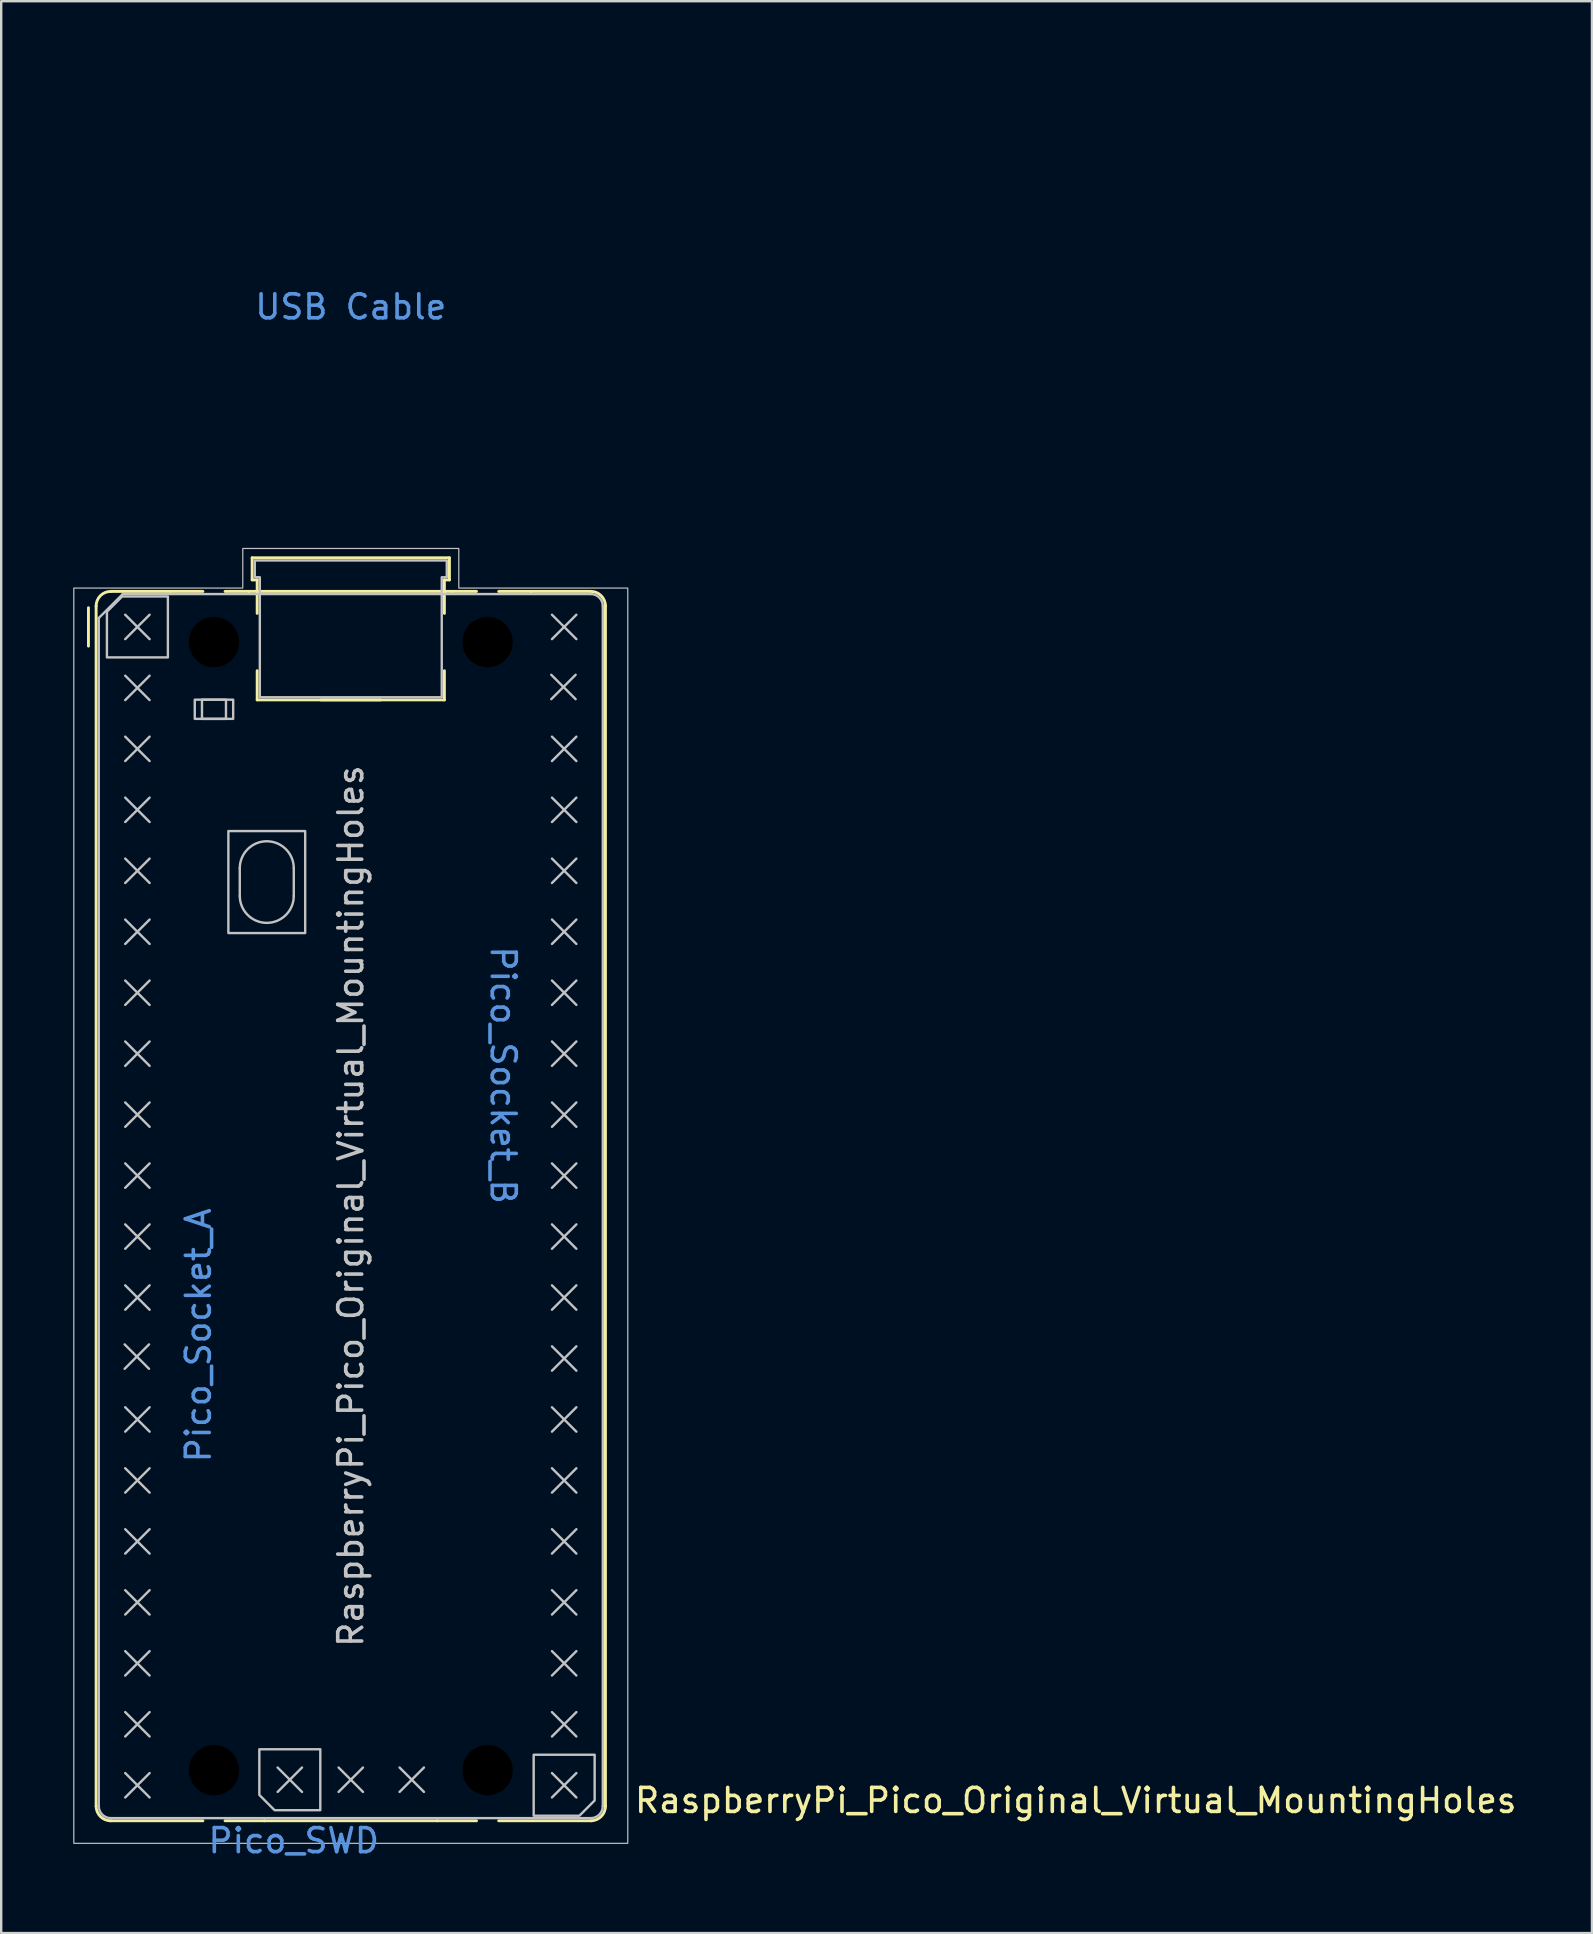
<source format=kicad_pcb>
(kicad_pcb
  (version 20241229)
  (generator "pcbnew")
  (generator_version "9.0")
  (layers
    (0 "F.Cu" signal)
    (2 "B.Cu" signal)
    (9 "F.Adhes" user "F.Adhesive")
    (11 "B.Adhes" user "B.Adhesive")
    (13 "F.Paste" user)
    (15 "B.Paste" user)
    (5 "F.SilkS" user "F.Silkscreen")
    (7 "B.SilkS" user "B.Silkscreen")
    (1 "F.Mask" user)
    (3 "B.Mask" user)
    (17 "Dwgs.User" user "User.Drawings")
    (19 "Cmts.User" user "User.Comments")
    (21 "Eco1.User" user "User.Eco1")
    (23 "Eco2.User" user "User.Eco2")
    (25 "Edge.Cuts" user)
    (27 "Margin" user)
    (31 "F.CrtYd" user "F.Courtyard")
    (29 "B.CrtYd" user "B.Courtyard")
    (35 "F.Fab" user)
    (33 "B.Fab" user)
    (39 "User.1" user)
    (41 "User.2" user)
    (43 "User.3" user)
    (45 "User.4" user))
  (footprint "RaspberryPi_Pico_Original_Virtual_MountingHoles"
    (layer "F.Cu")
    (at 11.565 47.2)
    (property "Reference" "RaspberryPi_Pico_Original_Virtual_MountingHoles" (at 11.748 24.765 0) (unlocked yes) (layer "F.SilkS") (effects (font (size 1 1) (thickness 0.15)) (justify left)))
    (attr exclude_from_pos_files allow_missing_courtyard)
    (fp_line (start -10.93 -23.33) (end -10.93 -24.93) (stroke (width 0.12) (type solid)) (layer "F.SilkS"))
    (fp_line (start -10.61 -25) (end -10.61 25) (stroke (width 0.12) (type solid)) (layer "F.SilkS"))
    (fp_line (start -10 -25.61) (end -7.51 -25.61) (stroke (width 0.12) (type solid)) (layer "F.SilkS"))
    (fp_line (start -10 25.61) (end -6.162 25.61) (stroke (width 0.12) (type solid)) (layer "F.SilkS"))
    (fp_line (start -7.51 -25.61) (end -6.162 -25.61) (stroke (width 0.12) (type solid)) (layer "F.SilkS"))
    (fp_line (start -5.238 -25.61) (end -4.235 -25.61) (stroke (width 0.12) (type solid)) (layer "F.SilkS"))
    (fp_line (start -4.235 -25.61) (end 4.235 -25.61) (stroke (width 0.12) (type solid)) (layer "F.SilkS"))
    (fp_line (start -4.11 -27.01) (end -4.11 -26.09) (stroke (width 0.12) (type solid)) (layer "F.SilkS"))
    (fp_line (start -4.11 -27.01) (end 4.11 -27.01) (stroke (width 0.12) (type solid)) (layer "F.SilkS"))
    (fp_line (start -4.11 -26.09) (end -3.9 -26.09) (stroke (width 0.12) (type solid)) (layer "F.SilkS"))
    (fp_line (start -3.9 -26.09) (end -3.9 -24.694) (stroke (width 0.12) (type solid)) (layer "F.SilkS"))
    (fp_line (start -3.9 -22.306) (end -3.9 -21.09) (stroke (width 0.12) (type solid)) (layer "F.SilkS"))
    (fp_line (start -3.6 25.61) (end -5.238 25.61) (stroke (width 0.12) (type solid)) (layer "F.SilkS"))
    (fp_line (start -1.246 -21.09) (end 1.246 -21.09) (stroke (width 0.12) (type solid)) (layer "F.SilkS"))
    (fp_line (start 3.6 25.61) (end -3.6 25.61) (stroke (width 0.12) (type solid)) (layer "F.SilkS"))
    (fp_line (start 3.9 -26.09) (end 3.9 -24.694) (stroke (width 0.12) (type solid)) (layer "F.SilkS"))
    (fp_line (start 3.9 -22.306) (end 3.9 -21.09) (stroke (width 0.12) (type solid)) (layer "F.SilkS"))
    (fp_line (start 3.9 -21.09) (end -3.9 -21.09) (stroke (width 0.12) (type solid)) (layer "F.SilkS"))
    (fp_line (start 4.11 -27.01) (end 4.11 -26.09) (stroke (width 0.12) (type solid)) (layer "F.SilkS"))
    (fp_line (start 4.11 -26.09) (end 3.9 -26.09) (stroke (width 0.12) (type solid)) (layer "F.SilkS"))
    (fp_line (start 4.235 -25.61) (end 5.238 -25.61) (stroke (width 0.12) (type solid)) (layer "F.SilkS"))
    (fp_line (start 5.238 25.61) (end 3.6 25.61) (stroke (width 0.12) (type solid)) (layer "F.SilkS"))
    (fp_line (start 6.162 -25.61) (end 7.51 -25.61) (stroke (width 0.12) (type solid)) (layer "F.SilkS"))
    (fp_line (start 6.162 25.61) (end 10 25.61) (stroke (width 0.12) (type solid)) (layer "F.SilkS"))
    (fp_line (start 7.51 -25.61) (end 10 -25.61) (stroke (width 0.12) (type solid)) (layer "F.SilkS"))
    (fp_line (start 10.61 -25) (end 10.61 25) (stroke (width 0.12) (type solid)) (layer "F.SilkS"))
    (fp_arc (start -10.61 -25) (mid -10.431335 -25.431335) (end -10 -25.61) (stroke (width 0.12) (type solid)) (layer "F.SilkS"))
    (fp_arc (start -10 25.61) (mid -10.431364 25.431364) (end -10.61 25) (stroke (width 0.12) (type solid)) (layer "F.SilkS"))
    (fp_arc (start 10 -25.61) (mid 10.431335 -25.431335) (end 10.61 -25) (stroke (width 0.12) (type solid)) (layer "F.SilkS"))
    (fp_arc (start 10.61 25) (mid 10.431335 25.431335) (end 10 25.61) (stroke (width 0.12) (type solid)) (layer "F.SilkS"))
    (fp_line (start -10.5 -24.5) (end -9.5 -25.5) (stroke (width 0.1) (type solid)) (layer "Dwgs.User"))
    (fp_line (start -10.5 25) (end -10.5 -24.5) (stroke (width 0.1) (type solid)) (layer "Dwgs.User"))
    (fp_line (start -9.5 -25.5) (end 10 -25.5) (stroke (width 0.1) (type solid)) (layer "Dwgs.User"))
    (fp_line (start -9.422 5.763) (end -8.406 6.779) (stroke (width 0.1) (type solid)) (layer "Dwgs.User"))
    (fp_line (start -9.398 -24.638) (end -8.382 -23.622) (stroke (width 0.1) (type solid)) (layer "Dwgs.User"))
    (fp_line (start -9.398 -22.098) (end -8.382 -21.082) (stroke (width 0.1) (type solid)) (layer "Dwgs.User"))
    (fp_line (start -9.398 -19.558) (end -8.382 -18.542) (stroke (width 0.1) (type solid)) (layer "Dwgs.User"))
    (fp_line (start -9.398 -17.018) (end -8.382 -16.002) (stroke (width 0.1) (type solid)) (layer "Dwgs.User"))
    (fp_line (start -9.398 -14.478) (end -8.382 -13.462) (stroke (width 0.1) (type solid)) (layer "Dwgs.User"))
    (fp_line (start -9.398 -11.938) (end -8.382 -10.922) (stroke (width 0.1) (type solid)) (layer "Dwgs.User"))
    (fp_line (start -9.398 -9.398) (end -8.382 -8.382) (stroke (width 0.1) (type solid)) (layer "Dwgs.User"))
    (fp_line (start -9.398 -6.858) (end -8.382 -5.842) (stroke (width 0.1) (type solid)) (layer "Dwgs.User"))
    (fp_line (start -9.398 -4.318) (end -8.382 -3.302) (stroke (width 0.1) (type solid)) (layer "Dwgs.User"))
    (fp_line (start -9.398 -1.778) (end -8.382 -0.762) (stroke (width 0.1) (type solid)) (layer "Dwgs.User"))
    (fp_line (start -9.398 0.762) (end -8.382 1.778) (stroke (width 0.1) (type solid)) (layer "Dwgs.User"))
    (fp_line (start -9.398 3.302) (end -8.382 4.318) (stroke (width 0.1) (type solid)) (layer "Dwgs.User"))
    (fp_line (start -9.398 8.382) (end -8.382 9.398) (stroke (width 0.1) (type solid)) (layer "Dwgs.User"))
    (fp_line (start -9.398 10.922) (end -8.382 11.938) (stroke (width 0.1) (type solid)) (layer "Dwgs.User"))
    (fp_line (start -9.398 13.462) (end -8.382 14.478) (stroke (width 0.1) (type solid)) (layer "Dwgs.User"))
    (fp_line (start -9.398 16.002) (end -8.382 17.018) (stroke (width 0.1) (type solid)) (layer "Dwgs.User"))
    (fp_line (start -9.398 18.542) (end -8.382 19.558) (stroke (width 0.1) (type solid)) (layer "Dwgs.User"))
    (fp_line (start -9.398 21.082) (end -8.382 22.098) (stroke (width 0.1) (type solid)) (layer "Dwgs.User"))
    (fp_line (start -9.398 23.622) (end -8.382 24.638) (stroke (width 0.1) (type solid)) (layer "Dwgs.User"))
    (fp_line (start -8.406 5.763) (end -9.422 6.779) (stroke (width 0.1) (type solid)) (layer "Dwgs.User"))
    (fp_line (start -8.382 -24.638) (end -9.398 -23.622) (stroke (width 0.1) (type solid)) (layer "Dwgs.User"))
    (fp_line (start -8.382 -22.098) (end -9.398 -21.082) (stroke (width 0.1) (type solid)) (layer "Dwgs.User"))
    (fp_line (start -8.382 -19.558) (end -9.398 -18.542) (stroke (width 0.1) (type solid)) (layer "Dwgs.User"))
    (fp_line (start -8.382 -17.018) (end -9.398 -16.002) (stroke (width 0.1) (type solid)) (layer "Dwgs.User"))
    (fp_line (start -8.382 -14.478) (end -9.398 -13.462) (stroke (width 0.1) (type solid)) (layer "Dwgs.User"))
    (fp_line (start -8.382 -11.938) (end -9.398 -10.922) (stroke (width 0.1) (type solid)) (layer "Dwgs.User"))
    (fp_line (start -8.382 -9.398) (end -9.398 -8.382) (stroke (width 0.1) (type solid)) (layer "Dwgs.User"))
    (fp_line (start -8.382 -6.858) (end -9.398 -5.842) (stroke (width 0.1) (type solid)) (layer "Dwgs.User"))
    (fp_line (start -8.382 -4.318) (end -9.398 -3.302) (stroke (width 0.1) (type solid)) (layer "Dwgs.User"))
    (fp_line (start -8.382 -1.778) (end -9.398 -0.762) (stroke (width 0.1) (type solid)) (layer "Dwgs.User"))
    (fp_line (start -8.382 0.762) (end -9.398 1.778) (stroke (width 0.1) (type solid)) (layer "Dwgs.User"))
    (fp_line (start -8.382 3.302) (end -9.398 4.318) (stroke (width 0.1) (type solid)) (layer "Dwgs.User"))
    (fp_line (start -8.382 8.382) (end -9.398 9.398) (stroke (width 0.1) (type solid)) (layer "Dwgs.User"))
    (fp_line (start -8.382 10.922) (end -9.398 11.938) (stroke (width 0.1) (type solid)) (layer "Dwgs.User"))
    (fp_line (start -8.382 13.462) (end -9.398 14.478) (stroke (width 0.1) (type solid)) (layer "Dwgs.User"))
    (fp_line (start -8.382 16.002) (end -9.398 17.018) (stroke (width 0.1) (type solid)) (layer "Dwgs.User"))
    (fp_line (start -8.382 18.542) (end -9.398 19.558) (stroke (width 0.1) (type solid)) (layer "Dwgs.User"))
    (fp_line (start -8.382 21.082) (end -9.398 22.098) (stroke (width 0.1) (type solid)) (layer "Dwgs.User"))
    (fp_line (start -8.382 23.622) (end -9.398 24.638) (stroke (width 0.1) (type solid)) (layer "Dwgs.User"))
    (fp_line (start -4.625 -14.075) (end -4.625 -12.925) (stroke (width 0.1) (type solid)) (layer "Dwgs.User"))
    (fp_line (start -3.048 23.392) (end -2.032 24.408) (stroke (width 0.1) (type solid)) (layer "Dwgs.User"))
    (fp_line (start -2.375 -14.075) (end -2.375 -12.925) (stroke (width 0.1) (type solid)) (layer "Dwgs.User"))
    (fp_line (start -2.032 23.392) (end -3.048 24.408) (stroke (width 0.1) (type solid)) (layer "Dwgs.User"))
    (fp_line (start -0.508 23.392) (end 0.508 24.408) (stroke (width 0.1) (type solid)) (layer "Dwgs.User"))
    (fp_line (start 0.508 23.392) (end -0.508 24.408) (stroke (width 0.1) (type solid)) (layer "Dwgs.User"))
    (fp_line (start 2.032 23.392) (end 3.048 24.408) (stroke (width 0.1) (type solid)) (layer "Dwgs.User"))
    (fp_line (start 3.048 23.392) (end 2.032 24.408) (stroke (width 0.1) (type solid)) (layer "Dwgs.User"))
    (fp_line (start 8.352 -22.136) (end 9.368 -21.12) (stroke (width 0.1) (type solid)) (layer "Dwgs.User"))
    (fp_line (start 8.382 -24.638) (end 9.398 -23.622) (stroke (width 0.1) (type solid)) (layer "Dwgs.User"))
    (fp_line (start 8.382 -19.558) (end 9.398 -18.542) (stroke (width 0.1) (type solid)) (layer "Dwgs.User"))
    (fp_line (start 8.382 -17.018) (end 9.398 -16.002) (stroke (width 0.1) (type solid)) (layer "Dwgs.User"))
    (fp_line (start 8.382 -14.478) (end 9.398 -13.462) (stroke (width 0.1) (type solid)) (layer "Dwgs.User"))
    (fp_line (start 8.382 -11.938) (end 9.398 -10.922) (stroke (width 0.1) (type solid)) (layer "Dwgs.User"))
    (fp_line (start 8.382 -9.398) (end 9.398 -8.382) (stroke (width 0.1) (type solid)) (layer "Dwgs.User"))
    (fp_line (start 8.382 -6.858) (end 9.398 -5.842) (stroke (width 0.1) (type solid)) (layer "Dwgs.User"))
    (fp_line (start 8.382 -4.318) (end 9.398 -3.302) (stroke (width 0.1) (type solid)) (layer "Dwgs.User"))
    (fp_line (start 8.382 -1.778) (end 9.398 -0.762) (stroke (width 0.1) (type solid)) (layer "Dwgs.User"))
    (fp_line (start 8.382 0.762) (end 9.398 1.778) (stroke (width 0.1) (type solid)) (layer "Dwgs.User"))
    (fp_line (start 8.382 3.302) (end 9.398 4.318) (stroke (width 0.1) (type solid)) (layer "Dwgs.User"))
    (fp_line (start 8.382 5.842) (end 9.398 6.858) (stroke (width 0.1) (type solid)) (layer "Dwgs.User"))
    (fp_line (start 8.382 8.382) (end 9.398 9.398) (stroke (width 0.1) (type solid)) (layer "Dwgs.User"))
    (fp_line (start 8.382 10.922) (end 9.398 11.938) (stroke (width 0.1) (type solid)) (layer "Dwgs.User"))
    (fp_line (start 8.382 13.462) (end 9.398 14.478) (stroke (width 0.1) (type solid)) (layer "Dwgs.User"))
    (fp_line (start 8.382 16.002) (end 9.398 17.018) (stroke (width 0.1) (type solid)) (layer "Dwgs.User"))
    (fp_line (start 8.382 18.542) (end 9.398 19.558) (stroke (width 0.1) (type solid)) (layer "Dwgs.User"))
    (fp_line (start 8.382 21.082) (end 9.398 22.098) (stroke (width 0.1) (type solid)) (layer "Dwgs.User"))
    (fp_line (start 8.382 23.622) (end 9.398 24.638) (stroke (width 0.1) (type solid)) (layer "Dwgs.User"))
    (fp_line (start 9.368 -22.136) (end 8.352 -21.12) (stroke (width 0.1) (type solid)) (layer "Dwgs.User"))
    (fp_line (start 9.398 -24.638) (end 8.382 -23.622) (stroke (width 0.1) (type solid)) (layer "Dwgs.User"))
    (fp_line (start 9.398 -19.558) (end 8.382 -18.542) (stroke (width 0.1) (type solid)) (layer "Dwgs.User"))
    (fp_line (start 9.398 -17.018) (end 8.382 -16.002) (stroke (width 0.1) (type solid)) (layer "Dwgs.User"))
    (fp_line (start 9.398 -14.478) (end 8.382 -13.462) (stroke (width 0.1) (type solid)) (layer "Dwgs.User"))
    (fp_line (start 9.398 -11.938) (end 8.382 -10.922) (stroke (width 0.1) (type solid)) (layer "Dwgs.User"))
    (fp_line (start 9.398 -9.398) (end 8.382 -8.382) (stroke (width 0.1) (type solid)) (layer "Dwgs.User"))
    (fp_line (start 9.398 -6.858) (end 8.382 -5.842) (stroke (width 0.1) (type solid)) (layer "Dwgs.User"))
    (fp_line (start 9.398 -4.318) (end 8.382 -3.302) (stroke (width 0.1) (type solid)) (layer "Dwgs.User"))
    (fp_line (start 9.398 -1.778) (end 8.382 -0.762) (stroke (width 0.1) (type solid)) (layer "Dwgs.User"))
    (fp_line (start 9.398 0.762) (end 8.382 1.778) (stroke (width 0.1) (type solid)) (layer "Dwgs.User"))
    (fp_line (start 9.398 3.302) (end 8.382 4.318) (stroke (width 0.1) (type solid)) (layer "Dwgs.User"))
    (fp_line (start 9.398 5.842) (end 8.382 6.858) (stroke (width 0.1) (type solid)) (layer "Dwgs.User"))
    (fp_line (start 9.398 8.382) (end 8.382 9.398) (stroke (width 0.1) (type solid)) (layer "Dwgs.User"))
    (fp_line (start 9.398 10.922) (end 8.382 11.938) (stroke (width 0.1) (type solid)) (layer "Dwgs.User"))
    (fp_line (start 9.398 13.462) (end 8.382 14.478) (stroke (width 0.1) (type solid)) (layer "Dwgs.User"))
    (fp_line (start 9.398 16.002) (end 8.382 17.018) (stroke (width 0.1) (type solid)) (layer "Dwgs.User"))
    (fp_line (start 9.398 18.542) (end 8.382 19.558) (stroke (width 0.1) (type solid)) (layer "Dwgs.User"))
    (fp_line (start 9.398 21.082) (end 8.382 22.098) (stroke (width 0.1) (type solid)) (layer "Dwgs.User"))
    (fp_line (start 9.398 23.622) (end 8.382 24.638) (stroke (width 0.1) (type solid)) (layer "Dwgs.User"))
    (fp_line (start 10 25.5) (end -10 25.5) (stroke (width 0.1) (type solid)) (layer "Dwgs.User"))
    (fp_line (start 10.5 -25) (end 10.5 25) (stroke (width 0.1) (type solid)) (layer "Dwgs.User"))
    (fp_rect (start -6.5 -21.1) (end -4.9 -20.3) (stroke (width 0.1) (type solid)) (fill no) (layer "Dwgs.User"))
    (fp_rect (start -6.2 -21.1) (end -5.2 -20.3) (stroke (width 0.1) (type solid)) (fill no) (layer "Dwgs.User"))
    (fp_rect (start -5.1 -15.625) (end -1.9 -11.375) (stroke (width 0.1) (type solid)) (fill no) (layer "Dwgs.User"))
    (fp_arc (start -10 25.5) (mid -10.353553 25.353553) (end -10.5 25) (stroke (width 0.1) (type solid)) (layer "Dwgs.User"))
    (fp_arc (start -4.625 -14.075) (mid -3.5 -15.2) (end -2.375 -14.075) (stroke (width 0.1) (type solid)) (layer "Dwgs.User"))
    (fp_arc (start -2.375 -12.925) (mid -3.5 -11.8) (end -4.625 -12.925) (stroke (width 0.1) (type solid)) (layer "Dwgs.User"))
    (fp_arc (start 10 -25.5) (mid 10.353553 -25.353553) (end 10.5 -25) (stroke (width 0.1) (type solid)) (layer "Dwgs.User"))
    (fp_arc (start 10.5 25) (mid 10.353553 25.353553) (end 10 25.5) (stroke (width 0.1) (type solid)) (layer "Dwgs.User"))
    (fp_poly (pts (xy -10.16 -24.765) (xy -10.16 -22.86) (xy -7.62 -22.86) (xy -7.62 -25.4) (xy -9.525 -25.4)) (stroke (width 0.1) (type solid)) (fill no) (layer "Dwgs.User"))
    (fp_poly (pts (xy -3.175 25.17) (xy -1.27 25.17) (xy -1.27 22.63) (xy -3.81 22.63) (xy -3.81 24.535)) (stroke (width 0.1) (type solid)) (fill no) (layer "Dwgs.User"))
    (fp_poly (pts (xy 10.16 24.765) (xy 10.16 22.86) (xy 7.62 22.86) (xy 7.62 25.4) (xy 9.525 25.4)) (stroke (width 0.1) (type solid)) (fill no) (layer "Dwgs.User"))
    (fp_poly (pts (xy -4.5 -27.4) (xy 4.5 -27.4) (xy 4.5 -25.75) (xy 11.54 -25.75) (xy 11.54 26.55) (xy -11.54 26.55) (xy -11.54 -25.75) (xy -4.5 -25.75)) (stroke (width 0.05) (type solid)) (fill no) (layer "Dwgs.User"))
    (fp_poly (pts (xy 3.79 -21.2) (xy 3.79 -26.2) (xy 4 -26.2) (xy 4 -26.9) (xy -4 -26.9) (xy -4 -26.2) (xy -3.79 -26.2) (xy -3.79 -21.2)) (stroke (width 0.1) (type solid)) (fill no) (layer "Dwgs.User"))
    (fp_text user "${REFERENCE}" (at 0 0 90) (layer "Dwgs.User") (effects (font (size 1 1) (thickness 0.15))))
    (fp_text user "Pico_Socket_A" (at -6.35 0 90) (unlocked yes) (layer "Cmts.User") (effects (font (size 1 1) (thickness 0.15)) (justify right)))
    (fp_text user "USB Cable" (at 0 -37.465 0) (unlocked yes) (layer "Cmts.User") (effects (font (size 1 1) (thickness 0.15))))
    (fp_text user "Pico_SWD" (at 1.27 26.44 0) (unlocked yes) (layer "Cmts.User") (effects (font (size 1 1) (thickness 0.15)) (justify right)))
    (fp_text user "Pico_Socket_B" (at 6.35 0 270) (unlocked yes) (layer "Cmts.User") (effects (font (size 1 1) (thickness 0.15)) (justify right)))
    (pad "" np_thru_hole circle (at -5.7 -23.5) (size 3.8 3.8) (drill 2.1) (layers "*.Mask"))
    (pad "" np_thru_hole circle (at -5.7 23.5) (size 3.8 3.8) (drill 2.1) (layers "*.Mask"))
    (pad "" np_thru_hole circle (at 5.7 -23.5) (size 3.8 3.8) (drill 2.1) (layers "*.Mask"))
    (pad "" np_thru_hole circle (at 5.7 23.5) (size 3.8 3.8) (drill 2.1) (layers "*.Mask"))
    (zone (net_name "") (layer "F.CrtYd") (name "USB Cable") (hatch edge 0.5) (connect_pads) (min_thickness 0.254) (filled_areas_thickness no) (keepout (tracks allowed) (vias allowed) (pads allowed) (copperpour allowed) (footprints allowed)) (placement (enabled no)) (fill) (polygon (pts (xy 5.815 19.5) (xy 7.625 19.5) (xy 7.625 19.8) (xy 15.505 19.8) (xy 15.505 19.5) (xy 17.315 19.5) (xy 17.315 0) (xy 5.815 0)))))
  (gr_rect
    (start -3 -3)
    (end 63.277 77.488)
    (stroke (width 0.1) (type default))
    (fill no)
    (layer "Edge.Cuts")))
</source>
